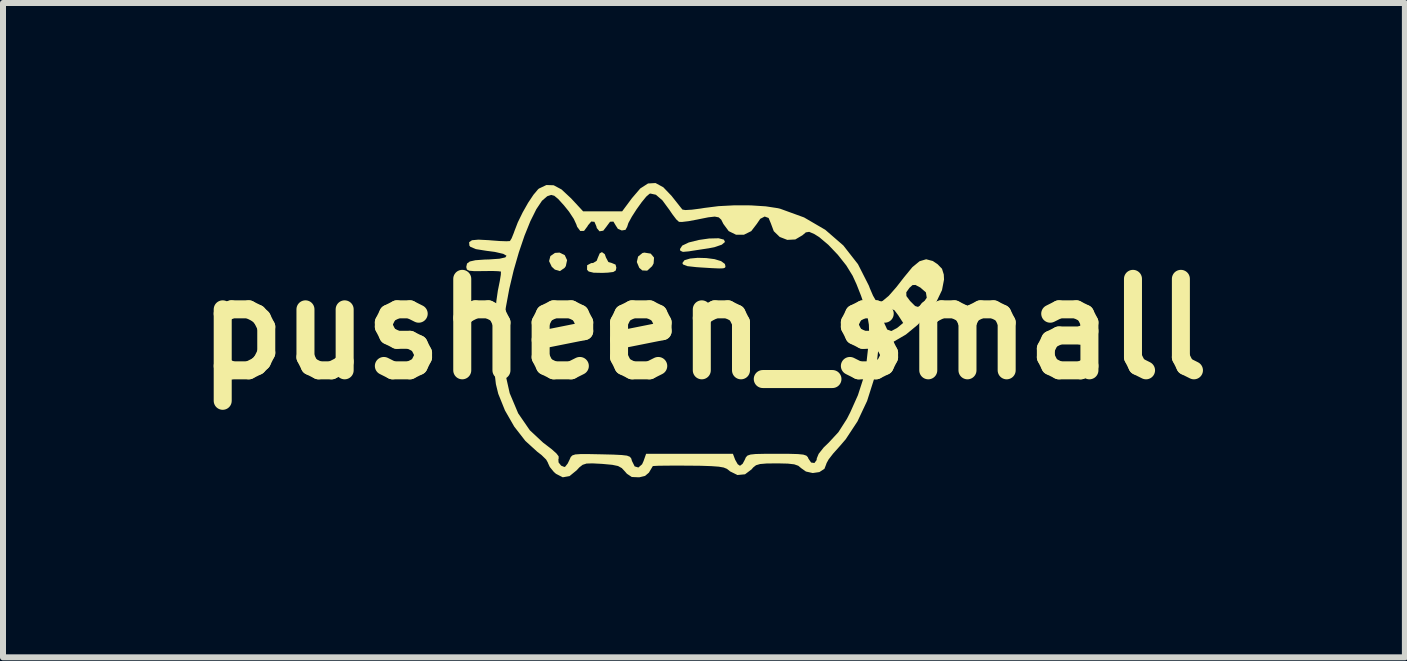
<source format=kicad_pcb>
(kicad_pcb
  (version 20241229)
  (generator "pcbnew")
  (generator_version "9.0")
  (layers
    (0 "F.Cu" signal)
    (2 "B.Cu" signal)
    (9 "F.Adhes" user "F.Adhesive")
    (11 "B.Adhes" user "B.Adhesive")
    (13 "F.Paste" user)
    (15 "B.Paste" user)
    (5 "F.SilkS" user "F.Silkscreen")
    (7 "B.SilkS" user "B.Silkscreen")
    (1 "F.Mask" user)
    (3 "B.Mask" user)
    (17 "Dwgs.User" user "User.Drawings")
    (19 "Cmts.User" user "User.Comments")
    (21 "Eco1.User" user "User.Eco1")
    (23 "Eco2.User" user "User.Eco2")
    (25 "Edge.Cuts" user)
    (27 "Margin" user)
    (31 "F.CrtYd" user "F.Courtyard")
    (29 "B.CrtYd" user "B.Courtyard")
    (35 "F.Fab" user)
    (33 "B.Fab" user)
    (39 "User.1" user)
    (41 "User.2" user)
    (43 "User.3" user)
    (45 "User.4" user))
  (footprint "pusheen_small"
    (layer "F.Cu")
    (at 8.68 2.431)
    (property "Reference" "pusheen_small" (at 0 0 0) (layer "F.SilkS") (effects (font (size 1.524 1.524) (thickness 0.3))))
    (attr through_hole)
    (fp_poly (pts (xy -2.32 -1.23) (xy -2.281 -1.146) (xy -2.302 -1.047) (xy -2.322 -1.018) (xy -2.4 -0.964) (xy -2.485 -0.989) (xy -2.537 -1.037) (xy -2.581 -1.13) (xy -2.559 -1.214) (xy -2.483 -1.267) (xy -2.407 -1.272)) (stroke (width 0) (type solid)) (fill yes) (layer "F.SilkS"))
    (fp_poly (pts (xy -0.887 -1.255) (xy -0.832 -1.189) (xy -0.839 -1.092) (xy -0.864 -1.046) (xy -0.946 -0.971) (xy -1.028 -0.975) (xy -1.078 -1.018) (xy -1.119 -1.115) (xy -1.098 -1.206) (xy -1.025 -1.265) (xy -0.993 -1.272)) (stroke (width 0) (type solid)) (fill yes) (layer "F.SilkS"))
    (fp_poly (pts (xy 0.332 -1.488) (xy 0.35 -1.449) (xy 0.297 -1.404) (xy 0.174 -1.362) (xy 0.08 -1.344) (xy -0.072 -1.321) (xy -0.222 -1.298) (xy -0.25 -1.293) (xy -0.351 -1.284) (xy -0.394 -1.303) (xy -0.4 -1.331) (xy -0.362 -1.389) (xy -0.253 -1.441) (xy -0.083 -1.483) (xy 0.084 -1.507) (xy 0.244 -1.511)) (stroke (width 0) (type solid)) (fill yes) (layer "F.SilkS"))
    (fp_poly (pts (xy 0.039 -1.181) (xy 0.176 -1.163) (xy 0.285 -1.13) (xy 0.347 -1.084) (xy 0.352 -1.07) (xy 0.358 -1.04) (xy 0.351 -1.021) (xy 0.32 -1.01) (xy 0.252 -1.008) (xy 0.134 -1.013) (xy -0.046 -1.024) (xy -0.13 -1.03) (xy -0.275 -1.046) (xy -0.348 -1.074) (xy -0.36 -1.098) (xy -0.325 -1.145) (xy -0.232 -1.173) (xy -0.104 -1.185)) (stroke (width 0) (type solid)) (fill yes) (layer "F.SilkS"))
    (fp_poly (pts (xy -1.653 -1.246) (xy -1.633 -1.19) (xy -1.593 -1.115) (xy -1.54 -1.1) (xy -1.473 -1.072) (xy -1.46 -1.02) (xy -1.47 -0.974) (xy -1.511 -0.949) (xy -1.602 -0.938) (xy -1.693 -0.934) (xy -1.839 -0.937) (xy -1.921 -0.957) (xy -1.948 -0.986) (xy -1.947 -1.061) (xy -1.879 -1.097) (xy -1.847 -1.099) (xy -1.788 -1.135) (xy -1.767 -1.19) (xy -1.737 -1.26) (xy -1.7 -1.28)) (stroke (width 0) (type solid)) (fill yes) (layer "F.SilkS"))
    (fp_poly (pts (xy -0.678 -2.361) (xy -0.537 -2.214) (xy -0.533 -2.208) (xy -0.449 -2.102) (xy -0.385 -2.021) (xy -0.359 -1.989) (xy -0.31 -1.981) (xy -0.203 -1.987) (xy -0.057 -2.006) (xy 0.004 -2.016) (xy 0.241 -2.046) (xy 0.508 -2.06) (xy 0.779 -2.059) (xy 1.029 -2.043) (xy 1.232 -2.012) (xy 1.269 -2.003) (xy 1.668 -1.858) (xy 2.021 -1.652) (xy 2.322 -1.391) (xy 2.566 -1.079) (xy 2.747 -0.722) (xy 2.764 -0.677) (xy 2.817 -0.554) (xy 2.867 -0.468) (xy 2.901 -0.44) (xy 2.977 -0.467) (xy 3.078 -0.551) (xy 3.131 -0.611) (xy 3.371 -0.611) (xy 3.373 -0.548) (xy 3.434 -0.466) (xy 3.447 -0.453) (xy 3.518 -0.382) (xy 3.566 -0.367) (xy 3.621 -0.403) (xy 3.647 -0.426) (xy 3.712 -0.52) (xy 3.698 -0.609) (xy 3.605 -0.69) (xy 3.524 -0.733) (xy 3.475 -0.731) (xy 3.425 -0.686) (xy 3.371 -0.611) (xy 3.131 -0.611) (xy 3.207 -0.698) (xy 3.333 -0.86) (xy 3.472 -1.029) (xy 3.592 -1.128) (xy 3.702 -1.161) (xy 3.813 -1.132) (xy 3.892 -1.079) (xy 3.966 -1.003) (xy 3.996 -0.907) (xy 4 -0.823) (xy 3.966 -0.647) (xy 3.873 -0.452) (xy 3.733 -0.254) (xy 3.559 -0.067) (xy 3.365 0.093) (xy 3.164 0.21) (xy 3.107 0.234) (xy 2.988 0.282) (xy 2.926 0.326) (xy 2.899 0.389) (xy 2.889 0.485) (xy 2.832 0.841) (xy 2.718 1.2) (xy 2.558 1.54) (xy 2.362 1.838) (xy 2.256 1.961) (xy 2.153 2.076) (xy 2.077 2.174) (xy 2.041 2.239) (xy 2.04 2.246) (xy 2.007 2.331) (xy 1.923 2.385) (xy 1.812 2.401) (xy 1.699 2.376) (xy 1.62 2.32) (xy 1.572 2.28) (xy 1.504 2.256) (xy 1.398 2.244) (xy 1.233 2.24) (xy 1.21 2.24) (xy 1.042 2.242) (xy 0.935 2.251) (xy 0.867 2.271) (xy 0.82 2.308) (xy 0.793 2.34) (xy 0.684 2.422) (xy 0.558 2.434) (xy 0.434 2.373) (xy 0.422 2.362) (xy 0.382 2.331) (xy 0.328 2.309) (xy 0.247 2.295) (xy 0.125 2.286) (xy -0.052 2.28) (xy -0.254 2.278) (xy -0.462 2.277) (xy -0.639 2.278) (xy -0.771 2.28) (xy -0.843 2.284) (xy -0.853 2.286) (xy -0.918 2.395) (xy -0.982 2.449) (xy -1.073 2.471) (xy -1.089 2.472) (xy -1.203 2.467) (xy -1.284 2.413) (xy -1.316 2.376) (xy -1.369 2.319) (xy -1.432 2.284) (xy -1.528 2.264) (xy -1.679 2.25) (xy -1.704 2.248) (xy -1.859 2.24) (xy -1.957 2.243) (xy -2.022 2.264) (xy -2.077 2.307) (xy -2.121 2.355) (xy -2.24 2.452) (xy -2.353 2.472) (xy -2.466 2.414) (xy -2.502 2.382) (xy -2.569 2.3) (xy -2.6 2.233) (xy -2.6 2.229) (xy -2.63 2.176) (xy -2.708 2.1) (xy -2.777 2.047) (xy -2.976 1.866) (xy -3.161 1.628) (xy -3.316 1.358) (xy -3.428 1.08) (xy -3.467 0.92) (xy -3.486 0.758) (xy -3.495 0.539) (xy -3.497 0.285) (xy -3.497 0.263) (xy -3.352 0.263) (xy -3.323 0.688) (xy -3.237 1.071) (xy -3.096 1.406) (xy -2.902 1.688) (xy -2.68 1.895) (xy -2.541 2.001) (xy -2.459 2.074) (xy -2.422 2.122) (xy -2.421 2.159) (xy -2.426 2.17) (xy -2.423 2.224) (xy -2.38 2.278) (xy -2.326 2.3) (xy -2.313 2.296) (xy -2.271 2.243) (xy -2.238 2.175) (xy -2.22 2.134) (xy -2.193 2.107) (xy -2.144 2.091) (xy -2.057 2.085) (xy -1.919 2.085) (xy -1.716 2.089) (xy -1.712 2.089) (xy -1.508 2.094) (xy -1.369 2.101) (xy -1.283 2.111) (xy -1.235 2.13) (xy -1.212 2.158) (xy -1.2 2.2) (xy -1.155 2.29) (xy -1.093 2.309) (xy -1.031 2.255) (xy -1.007 2.202) (xy -0.964 2.08) (xy 0.482 2.08) (xy 0.52 2.18) (xy 0.562 2.254) (xy 0.6 2.28) (xy 0.644 2.247) (xy 0.68 2.18) (xy 0.698 2.139) (xy 0.725 2.11) (xy 0.775 2.093) (xy 0.861 2.084) (xy 0.998 2.081) (xy 1.2 2.08) (xy 1.216 2.08) (xy 1.424 2.081) (xy 1.566 2.085) (xy 1.655 2.094) (xy 1.706 2.111) (xy 1.731 2.137) (xy 1.74 2.16) (xy 1.785 2.226) (xy 1.84 2.234) (xy 1.877 2.185) (xy 1.88 2.156) (xy 1.911 2.081) (xy 1.994 1.976) (xy 2.08 1.893) (xy 2.24 1.72) (xy 2.382 1.498) (xy 2.439 1.386) (xy 2.565 1.104) (xy 2.651 0.839) (xy 2.708 0.557) (xy 2.74 0.27) (xy 2.752 0.078) (xy 2.748 -0.07) (xy 2.724 -0.21) (xy 2.985 -0.21) (xy 3.002 -0.108) (xy 3.007 -0.09) (xy 3.053 0.01) (xy 3.121 0.035) (xy 3.216 -0.015) (xy 3.235 -0.03) (xy 3.319 -0.1) (xy 3.236 -0.229) (xy 3.173 -0.312) (xy 3.122 -0.334) (xy 3.079 -0.319) (xy 3.007 -0.27) (xy 2.985 -0.21) (xy 2.724 -0.21) (xy 2.724 -0.21) (xy 2.681 -0.366) (xy 2.618 -0.551) (xy 2.542 -0.744) (xy 2.477 -0.886) (xy 2.372 -1.057) (xy 2.23 -1.236) (xy 2.073 -1.401) (xy 1.92 -1.53) (xy 1.839 -1.581) (xy 1.753 -1.618) (xy 1.697 -1.609) (xy 1.641 -1.561) (xy 1.522 -1.491) (xy 1.388 -1.484) (xy 1.262 -1.533) (xy 1.163 -1.629) (xy 1.114 -1.76) (xy 1.077 -1.849) (xy 1.012 -1.873) (xy 0.938 -1.835) (xy 0.88 -1.75) (xy 0.788 -1.63) (xy 0.666 -1.57) (xy 0.534 -1.57) (xy 0.412 -1.63) (xy 0.323 -1.75) (xy 0.323 -1.75) (xy 0.288 -1.82) (xy 0.246 -1.859) (xy 0.18 -1.872) (xy 0.073 -1.86) (xy -0.092 -1.827) (xy -0.116 -1.822) (xy -0.255 -1.796) (xy -0.364 -1.783) (xy -0.416 -1.784) (xy -0.461 -1.825) (xy -0.528 -1.913) (xy -0.574 -1.981) (xy -0.693 -2.143) (xy -0.801 -2.236) (xy -0.893 -2.256) (xy -0.907 -2.252) (xy -0.961 -2.206) (xy -1.038 -2.112) (xy -1.124 -1.992) (xy -1.203 -1.869) (xy -1.26 -1.764) (xy -1.28 -1.702) (xy -1.308 -1.651) (xy -1.37 -1.641) (xy -1.435 -1.669) (xy -1.468 -1.72) (xy -1.509 -1.789) (xy -1.565 -1.786) (xy -1.62 -1.712) (xy -1.621 -1.71) (xy -1.678 -1.637) (xy -1.741 -1.627) (xy -1.786 -1.681) (xy -1.793 -1.71) (xy -1.825 -1.785) (xy -1.878 -1.79) (xy -1.933 -1.726) (xy -1.941 -1.71) (xy -1.998 -1.634) (xy -2.061 -1.632) (xy -2.114 -1.703) (xy -2.126 -1.74) (xy -2.169 -1.833) (xy -2.249 -1.955) (xy -2.333 -2.059) (xy -2.429 -2.165) (xy -2.494 -2.219) (xy -2.545 -2.233) (xy -2.602 -2.215) (xy -2.612 -2.211) (xy -2.699 -2.136) (xy -2.794 -1.994) (xy -2.893 -1.795) (xy -2.991 -1.552) (xy -3.085 -1.275) (xy -3.171 -0.977) (xy -3.244 -0.669) (xy -3.301 -0.361) (xy -3.323 -0.2) (xy -3.352 0.263) (xy -3.497 0.263) (xy -3.491 0.018) (xy -3.479 -0.241) (xy -3.459 -0.468) (xy -3.434 -0.642) (xy -3.43 -0.66) (xy -3.402 -0.799) (xy -3.385 -0.904) (xy -3.383 -0.954) (xy -3.383 -0.956) (xy -3.428 -0.962) (xy -3.53 -0.966) (xy -3.669 -0.964) (xy -3.679 -0.964) (xy -3.826 -0.963) (xy -3.911 -0.97) (xy -3.95 -0.99) (xy -3.96 -1.028) (xy -3.96 -1.036) (xy -3.948 -1.09) (xy -3.902 -1.124) (xy -3.809 -1.145) (xy -3.655 -1.156) (xy -3.582 -1.158) (xy -3.408 -1.17) (xy -3.31 -1.192) (xy -3.29 -1.22) (xy -3.344 -1.251) (xy -3.473 -1.281) (xy -3.632 -1.303) (xy -3.801 -1.33) (xy -3.893 -1.369) (xy -3.909 -1.389) (xy -3.913 -1.445) (xy -3.866 -1.478) (xy -3.759 -1.488) (xy -3.584 -1.479) (xy -3.551 -1.476) (xy -3.406 -1.465) (xy -3.293 -1.461) (xy -3.235 -1.464) (xy -3.233 -1.465) (xy -3.205 -1.51) (xy -3.168 -1.602) (xy -3.158 -1.631) (xy -3.102 -1.776) (xy -3.022 -1.94) (xy -2.931 -2.101) (xy -2.841 -2.236) (xy -2.766 -2.325) (xy -2.75 -2.339) (xy -2.626 -2.398) (xy -2.504 -2.394) (xy -2.373 -2.324) (xy -2.222 -2.183) (xy -2.218 -2.18) (xy -2.014 -1.96) (xy -1.688 -1.96) (xy -1.363 -1.96) (xy -1.2 -2.179) (xy -1.061 -2.341) (xy -0.932 -2.424) (xy -0.807 -2.431)) (stroke (width 0) (type solid)) (fill yes) (layer "F.SilkS")))
  (gr_rect
    (start -3 -3)
    (end 20.359 7.903)
    (stroke (width 0.1) (type default))
    (fill no)
    (layer "Edge.Cuts")))
</source>
